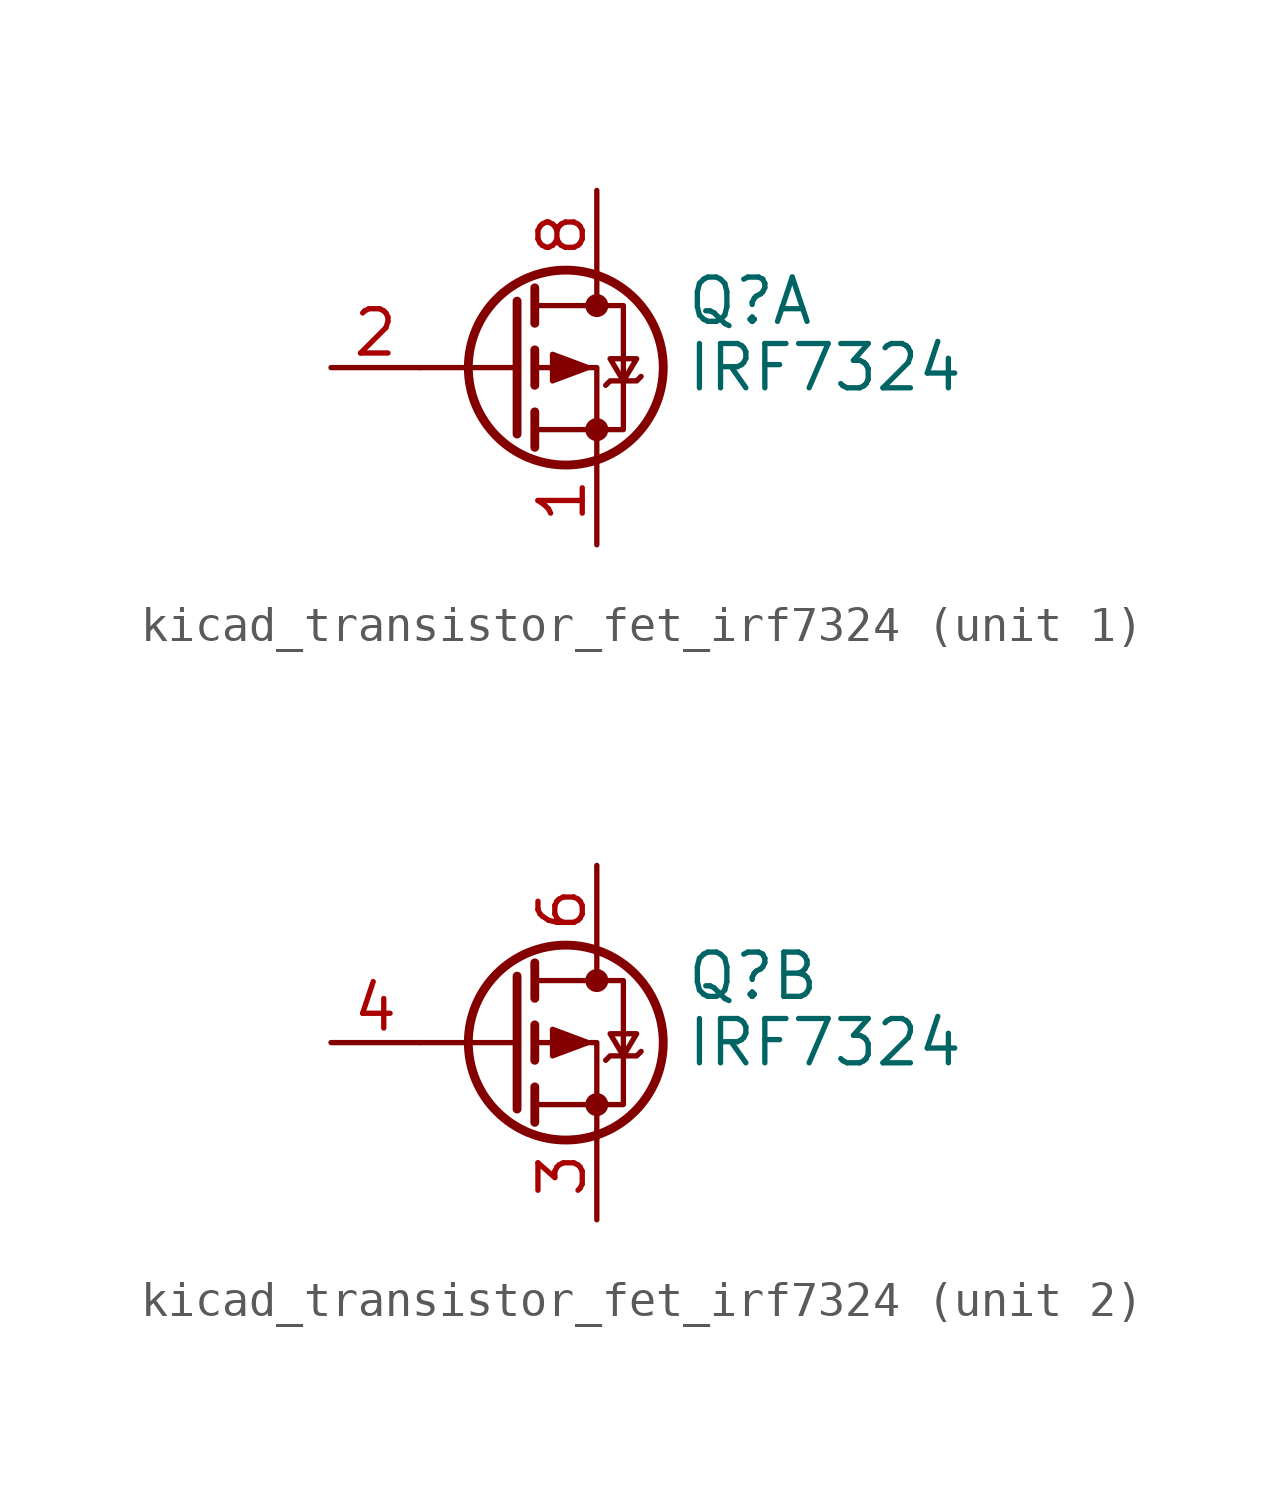
<source format=kicad_sym>
(kicad_symbol_lib
  (version 20220914)
  (generator kicad_symbol_editor)
  (symbol "kicad_transistor_fet_irf7324"
    (pin_names hide)
    (property "Reference" "Q"
      (at 5.08 1.905 0)
      (effects (font (size 1.27 1.27)) (justify left)))
    (property "Value" "IRF7324"
      (at 5.08 0 0)
      (effects (font (size 1.27 1.27)) (justify left)))
    (symbol "kicad_transistor_fet_irf7324_0_1"
      (polyline (pts (xy 0.254 0) (xy -2.54 0)) (stroke (width 0) (type default)) (fill (type none)))
      (polyline (pts (xy 0.254 1.905) (xy 0.254 -1.905)) (stroke (width 0.254) (type default)) (fill (type none)))
      (polyline (pts (xy 0.762 -1.27) (xy 0.762 -2.286)) (stroke (width 0.254) (type default)) (fill (type none)))
      (polyline (pts (xy 0.762 0.508) (xy 0.762 -0.508)) (stroke (width 0.254) (type default)) (fill (type none)))
      (polyline (pts (xy 0.762 2.286) (xy 0.762 1.27)) (stroke (width 0.254) (type default)) (fill (type none)))
      (polyline (pts (xy 2.54 2.54) (xy 2.54 1.778)) (stroke (width 0) (type default)) (fill (type none)))
      (polyline (pts (xy 2.54 -2.54) (xy 2.54 0) (xy 0.762 0)) (stroke (width 0) (type default)) (fill (type none)))
      (polyline (pts (xy 0.762 1.778) (xy 3.302 1.778) (xy 3.302 -1.778) (xy 0.762 -1.778)) (stroke (width 0) (type default)) (fill (type none)))
      (polyline (pts (xy 2.286 0) (xy 1.27 0.381) (xy 1.27 -0.381) (xy 2.286 0)) (stroke (width 0) (type default)) (fill (type outline)))
      (polyline (pts (xy 2.794 -0.508) (xy 2.921 -0.381) (xy 3.683 -0.381) (xy 3.81 -0.254)) (stroke (width 0) (type default)) (fill (type none)))
      (polyline (pts (xy 3.302 -0.381) (xy 2.921 0.254) (xy 3.683 0.254) (xy 3.302 -0.381)) (stroke (width 0) (type default)) (fill (type none)))
      (circle (center 1.651 0) (radius 2.794) (stroke (width 0.254) (type default)) (fill (type none)))
      (circle (center 2.54 -1.778) (radius 0.254) (stroke (width 0) (type default)) (fill (type outline)))
      (circle (center 2.54 1.778) (radius 0.254) (stroke (width 0) (type default)) (fill (type outline))))
    (symbol "kicad_transistor_fet_irf7324_1_1"
      (pin passive line (at 2.54 -5.08 90) (length 2.54) (name "S1" (effects (font (size 1.27 1.27)))) (number "1" (effects (font (size 1.27 1.27)))))
      (pin input line (at -5.08 0 0) (length 2.54) (name "G1" (effects (font (size 1.27 1.27)))) (number "2" (effects (font (size 1.27 1.27)))))
      (pin passive line (at 2.54 5.08 270) (length 2.54) hide (name "D1" (effects (font (size 1.27 1.27)))) (number "7" (effects (font (size 1.27 1.27)))))
      (pin passive line (at 2.54 5.08 270) (length 2.54) (name "D1" (effects (font (size 1.27 1.27)))) (number "8" (effects (font (size 1.27 1.27))))))
    (symbol "kicad_transistor_fet_irf7324_2_1"
      (pin passive line (at 2.54 -5.08 90) (length 2.54) (name "S2" (effects (font (size 1.27 1.27)))) (number "3" (effects (font (size 1.27 1.27)))))
      (pin input line (at -5.08 0 0) (length 2.54) (name "G2" (effects (font (size 1.27 1.27)))) (number "4" (effects (font (size 1.27 1.27)))))
      (pin passive line (at 2.54 5.08 270) (length 2.54) hide (name "D2" (effects (font (size 1.27 1.27)))) (number "5" (effects (font (size 1.27 1.27)))))
      (pin passive line (at 2.54 5.08 270) (length 2.54) (name "D2" (effects (font (size 1.27 1.27)))) (number "6" (effects (font (size 1.27 1.27))))))))
</source>
